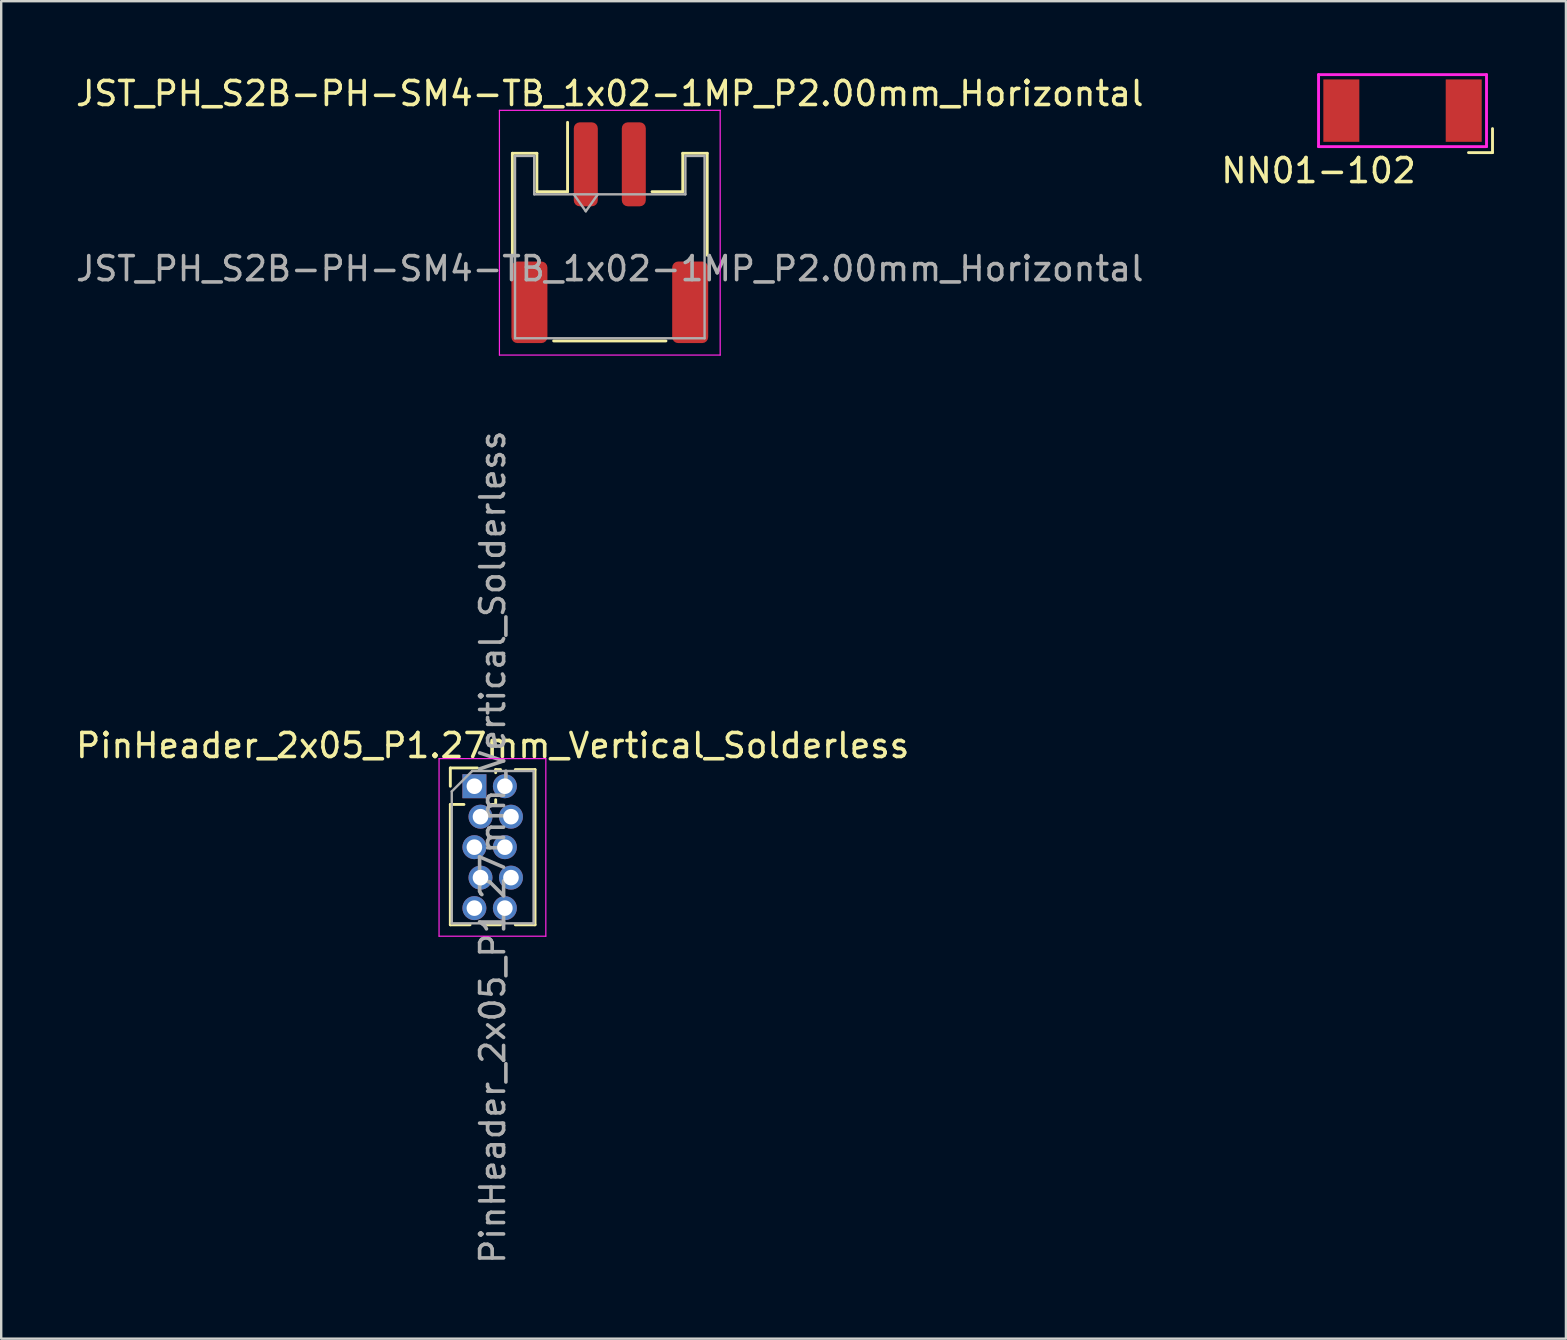
<source format=kicad_pcb>
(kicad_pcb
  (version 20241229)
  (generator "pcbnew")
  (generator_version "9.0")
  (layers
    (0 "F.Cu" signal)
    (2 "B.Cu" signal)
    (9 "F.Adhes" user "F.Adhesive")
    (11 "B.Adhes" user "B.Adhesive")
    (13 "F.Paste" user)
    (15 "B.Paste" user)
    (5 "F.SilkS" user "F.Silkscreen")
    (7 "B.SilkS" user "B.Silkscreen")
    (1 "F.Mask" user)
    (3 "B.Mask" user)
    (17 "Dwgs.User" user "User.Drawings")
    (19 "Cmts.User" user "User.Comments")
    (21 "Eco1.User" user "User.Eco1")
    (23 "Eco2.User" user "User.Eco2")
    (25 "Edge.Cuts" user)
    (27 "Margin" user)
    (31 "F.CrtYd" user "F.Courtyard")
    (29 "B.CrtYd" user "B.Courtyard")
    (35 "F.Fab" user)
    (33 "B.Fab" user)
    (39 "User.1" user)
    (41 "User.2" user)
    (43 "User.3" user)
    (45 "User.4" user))
  (footprint "NN01-102"
    (layer "F.Cu")
    (at 51.899 3.06)
    (property "Reference" "NN01-102" (at 0 1 0) (layer "F.SilkS") (effects (font (size 1 1) (thickness 0.15))))
    (attr through_hole)
    (fp_line (start 7.25 -0.75) (end 7.25 0.25) (stroke (width 0.12) (type solid)) (layer "F.SilkS"))
    (fp_line (start 7.25 0.25) (end 6.25 0.25) (stroke (width 0.12) (type solid)) (layer "F.SilkS"))
    (fp_line (start 0 -3) (end 7 -3) (stroke (width 0.12) (type solid)) (layer "F.CrtYd"))
    (fp_line (start 0 0) (end 0 -3) (stroke (width 0.12) (type solid)) (layer "F.CrtYd"))
    (fp_line (start 7 -3) (end 7 0) (stroke (width 0.12) (type solid)) (layer "F.CrtYd"))
    (fp_line (start 7 0) (end 0 0) (stroke (width 0.12) (type solid)) (layer "F.CrtYd"))
    (pad "1" smd rect (at 6.05 -1.5) (size 1.5 2.6) (layers "F.Cu" "F.Mask" "F.Paste"))
    (pad "NC" smd rect (at 0.95 -1.5) (size 1.5 2.6) (layers "F.Cu" "F.Mask" "F.Paste")))
  (footprint "PinHeader_2x05_P1.27mm_Vertical_Solderless"
    (layer "F.Cu")
    (at 16.847 29.715)
    (property "Reference" "PinHeader_2x05_P1.27mm_Vertical_Solderless" (at 0.635 -1.695 0) (layer "F.SilkS") (effects (font (size 1 1) (thickness 0.15))))
    (attr through_hole)
    (fp_line (start -1.13 -0.76) (end 0 -0.76) (stroke (width 0.12) (type solid)) (layer "F.SilkS"))
    (fp_line (start -1.13 0) (end -1.13 -0.76) (stroke (width 0.12) (type solid)) (layer "F.SilkS"))
    (fp_line (start -1.13 0.76) (end -1.13 5.775) (stroke (width 0.12) (type solid)) (layer "F.SilkS"))
    (fp_line (start -1.13 0.76) (end -0.563 0.76) (stroke (width 0.12) (type solid)) (layer "F.SilkS"))
    (fp_line (start -1.13 5.775) (end -0.308 5.775) (stroke (width 0.12) (type solid)) (layer "F.SilkS"))
    (fp_line (start 0.308 5.775) (end 0.962 5.775) (stroke (width 0.12) (type solid)) (layer "F.SilkS"))
    (fp_line (start 0.563 0.76) (end 0.707 0.76) (stroke (width 0.12) (type solid)) (layer "F.SilkS"))
    (fp_line (start 0.76 -0.695) (end 0.962 -0.695) (stroke (width 0.12) (type solid)) (layer "F.SilkS"))
    (fp_line (start 0.76 -0.563) (end 0.76 -0.695) (stroke (width 0.12) (type solid)) (layer "F.SilkS"))
    (fp_line (start 0.76 0.707) (end 0.76 0.563) (stroke (width 0.12) (type solid)) (layer "F.SilkS"))
    (fp_line (start 1.578 -0.695) (end 2.4 -0.695) (stroke (width 0.12) (type solid)) (layer "F.SilkS"))
    (fp_line (start 1.578 5.775) (end 2.4 5.775) (stroke (width 0.12) (type solid)) (layer "F.SilkS"))
    (fp_line (start 2.4 -0.695) (end 2.4 5.775) (stroke (width 0.12) (type solid)) (layer "F.SilkS"))
    (fp_line (start -1.6 -1.15) (end -1.6 6.25) (stroke (width 0.05) (type solid)) (layer "F.CrtYd"))
    (fp_line (start -1.6 6.25) (end 2.85 6.25) (stroke (width 0.05) (type solid)) (layer "F.CrtYd"))
    (fp_line (start 2.85 -1.15) (end -1.6 -1.15) (stroke (width 0.05) (type solid)) (layer "F.CrtYd"))
    (fp_line (start 2.85 6.25) (end 2.85 -1.15) (stroke (width 0.05) (type solid)) (layer "F.CrtYd"))
    (fp_line (start -1.07 0.217) (end -0.217 -0.635) (stroke (width 0.1) (type solid)) (layer "F.Fab"))
    (fp_line (start -1.07 5.715) (end -1.07 0.217) (stroke (width 0.1) (type solid)) (layer "F.Fab"))
    (fp_line (start -0.217 -0.635) (end 2.34 -0.635) (stroke (width 0.1) (type solid)) (layer "F.Fab"))
    (fp_line (start 2.34 -0.635) (end 2.34 5.715) (stroke (width 0.1) (type solid)) (layer "F.Fab"))
    (fp_line (start 2.34 5.715) (end -1.07 5.715) (stroke (width 0.1) (type solid)) (layer "F.Fab"))
    (fp_text user "${REFERENCE}" (at 0.635 2.54 90) (layer "F.Fab") (effects (font (size 1 1) (thickness 0.15))))
    (pad "1" thru_hole rect (at -0.127 0) (size 1 1) (drill 0.65) (layers "*.Cu" "*.Mask"))
    (pad "2" thru_hole oval (at 1.143 0) (size 1 1) (drill 0.65) (layers "*.Cu" "*.Mask"))
    (pad "3" thru_hole oval (at 0.127 1.27) (size 1 1) (drill 0.65) (layers "*.Cu" "*.Mask"))
    (pad "4" thru_hole oval (at 1.397 1.27) (size 1 1) (drill 0.65) (layers "*.Cu" "*.Mask"))
    (pad "5" thru_hole oval (at -0.127 2.54) (size 1 1) (drill 0.65) (layers "*.Cu" "*.Mask"))
    (pad "6" thru_hole oval (at 1.143 2.54) (size 1 1) (drill 0.65) (layers "*.Cu" "*.Mask"))
    (pad "7" thru_hole oval (at 0.127 3.81) (size 1 1) (drill 0.65) (layers "*.Cu" "*.Mask"))
    (pad "8" thru_hole oval (at 1.397 3.81) (size 1 1) (drill 0.65) (layers "*.Cu" "*.Mask"))
    (pad "9" thru_hole oval (at -0.127 5.08) (size 1 1) (drill 0.65) (layers "*.Cu" "*.Mask"))
    (pad "10" thru_hole oval (at 1.143 5.08) (size 1 1) (drill 0.65) (layers "*.Cu" "*.Mask")))
  (footprint "JST_PH_S2B-PH-SM4-TB_1x02-1MP_P2.00mm_Horizontal"
    (layer "F.Cu")
    (at 22.363 6.648)
    (property "Reference" "JST_PH_S2B-PH-SM4-TB_1x02-1MP_P2.00mm_Horizontal" (at 0 -5.8 0) (layer "F.SilkS") (effects (font (size 1 1) (thickness 0.15))))
    (attr smd)
    (fp_line (start -4.06 -3.31) (end -3.04 -3.31) (stroke (width 0.12) (type solid)) (layer "F.SilkS"))
    (fp_line (start -4.06 0.94) (end -4.06 -3.31) (stroke (width 0.12) (type solid)) (layer "F.SilkS"))
    (fp_line (start -3.04 -3.31) (end -3.04 -1.71) (stroke (width 0.12) (type solid)) (layer "F.SilkS"))
    (fp_line (start -3.04 -1.71) (end -1.76 -1.71) (stroke (width 0.12) (type solid)) (layer "F.SilkS"))
    (fp_line (start -2.34 4.51) (end 2.34 4.51) (stroke (width 0.12) (type solid)) (layer "F.SilkS"))
    (fp_line (start -1.76 -1.71) (end -1.76 -4.6) (stroke (width 0.12) (type solid)) (layer "F.SilkS"))
    (fp_line (start 3.04 -3.31) (end 3.04 -1.71) (stroke (width 0.12) (type solid)) (layer "F.SilkS"))
    (fp_line (start 3.04 -1.71) (end 1.76 -1.71) (stroke (width 0.12) (type solid)) (layer "F.SilkS"))
    (fp_line (start 4.06 -3.31) (end 3.04 -3.31) (stroke (width 0.12) (type solid)) (layer "F.SilkS"))
    (fp_line (start 4.06 0.94) (end 4.06 -3.31) (stroke (width 0.12) (type solid)) (layer "F.SilkS"))
    (fp_line (start -4.6 -5.1) (end -4.6 5.1) (stroke (width 0.05) (type solid)) (layer "F.CrtYd"))
    (fp_line (start -4.6 5.1) (end 4.6 5.1) (stroke (width 0.05) (type solid)) (layer "F.CrtYd"))
    (fp_line (start 4.6 -5.1) (end -4.6 -5.1) (stroke (width 0.05) (type solid)) (layer "F.CrtYd"))
    (fp_line (start 4.6 5.1) (end 4.6 -5.1) (stroke (width 0.05) (type solid)) (layer "F.CrtYd"))
    (fp_line (start -3.95 -3.2) (end -3.95 4.4) (stroke (width 0.1) (type solid)) (layer "F.Fab"))
    (fp_line (start -3.95 -3.2) (end -3.15 -3.2) (stroke (width 0.1) (type solid)) (layer "F.Fab"))
    (fp_line (start -3.95 4.4) (end 3.95 4.4) (stroke (width 0.1) (type solid)) (layer "F.Fab"))
    (fp_line (start -3.15 -3.2) (end -3.15 -1.6) (stroke (width 0.1) (type solid)) (layer "F.Fab"))
    (fp_line (start -3.15 -1.6) (end 3.15 -1.6) (stroke (width 0.1) (type solid)) (layer "F.Fab"))
    (fp_line (start -1.5 -1.6) (end -1 -0.893) (stroke (width 0.1) (type solid)) (layer "F.Fab"))
    (fp_line (start -1 -0.893) (end -0.5 -1.6) (stroke (width 0.1) (type solid)) (layer "F.Fab"))
    (fp_line (start 3.15 -3.2) (end 3.95 -3.2) (stroke (width 0.1) (type solid)) (layer "F.Fab"))
    (fp_line (start 3.15 -1.6) (end 3.15 -3.2) (stroke (width 0.1) (type solid)) (layer "F.Fab"))
    (fp_line (start 3.95 -3.2) (end 3.95 4.4) (stroke (width 0.1) (type solid)) (layer "F.Fab"))
    (fp_text user "${REFERENCE}" (at 0 1.5 0) (layer "F.Fab") (effects (font (size 1 1) (thickness 0.15))))
    (pad "1" smd roundrect (at -1 -2.85) (size 1 3.5) (layers "F.Cu" "F.Mask" "F.Paste") (roundrect_rratio 0.25))
    (pad "2" smd roundrect (at 1 -2.85) (size 1 3.5) (layers "F.Cu" "F.Mask" "F.Paste") (roundrect_rratio 0.25))
    (pad "MP" smd roundrect (at -3.35 2.9) (size 1.5 3.4) (layers "F.Cu" "F.Mask" "F.Paste") (roundrect_rratio 0.167))
    (pad "MP" smd roundrect (at 3.35 2.9) (size 1.5 3.4) (layers "F.Cu" "F.Mask" "F.Paste") (roundrect_rratio 0.167)))
  (gr_rect
    (start -3 -3)
    (end 62.209 52.738)
    (stroke (width 0.1) (type default))
    (fill no)
    (layer "Edge.Cuts")))
</source>
